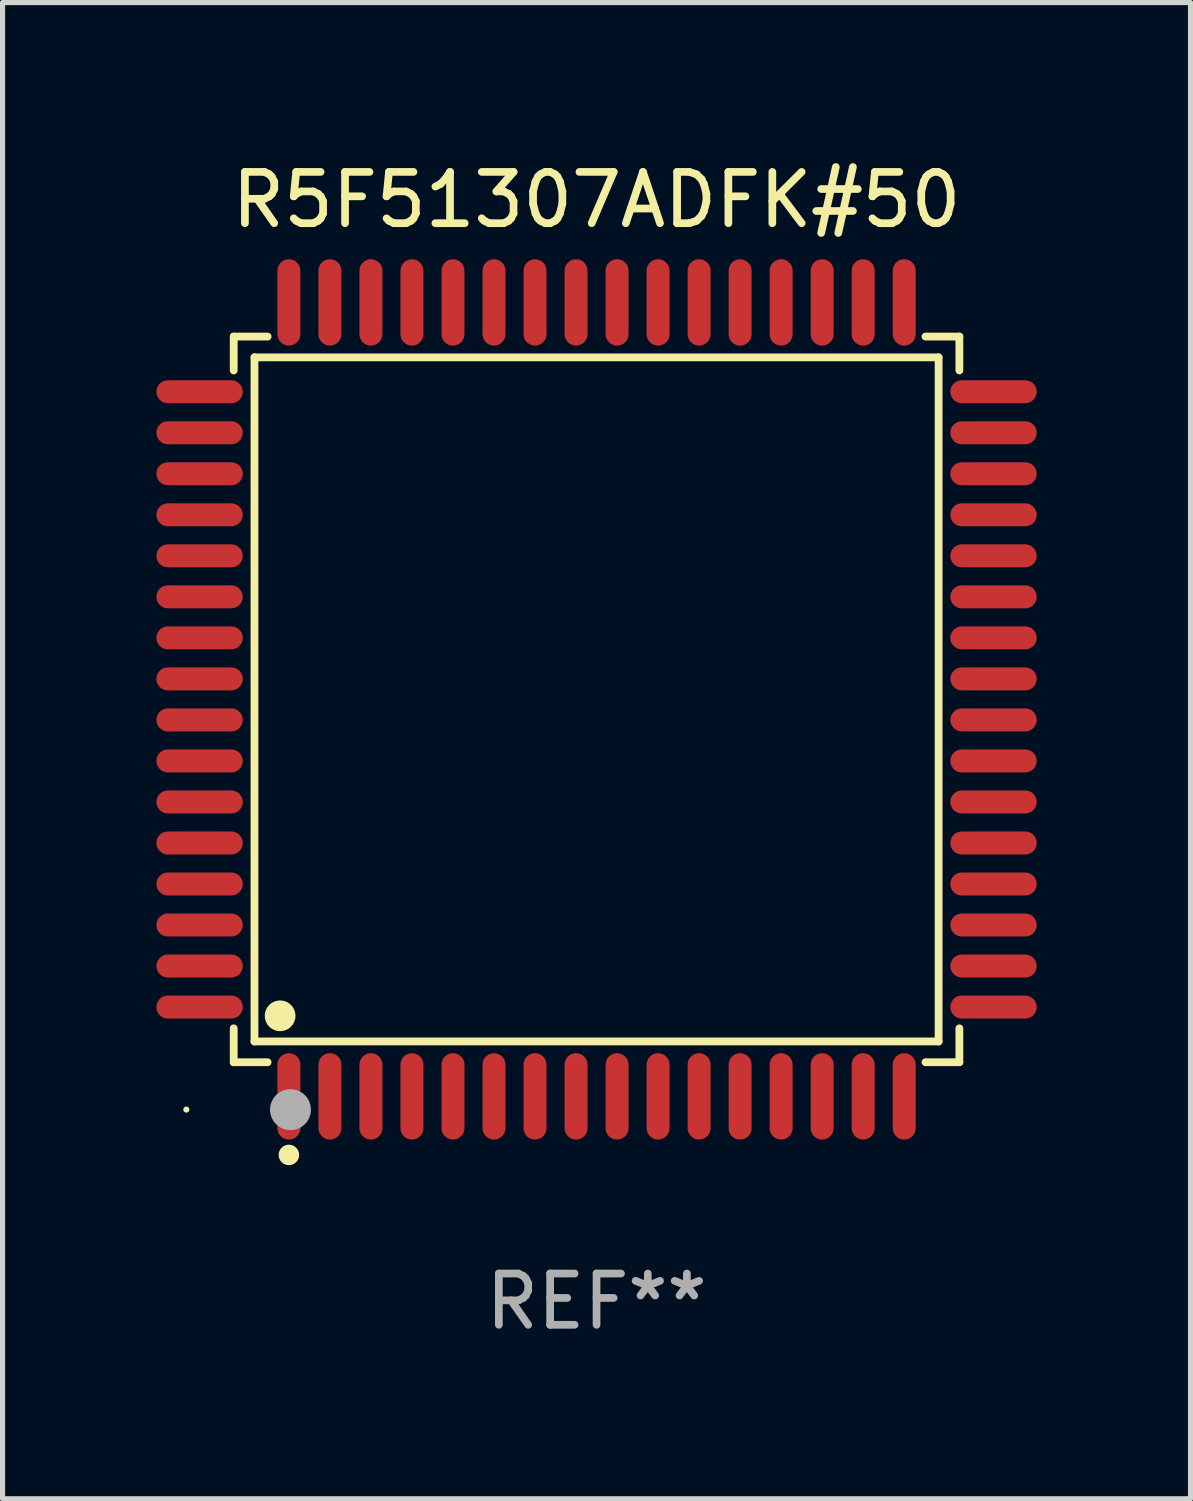
<source format=kicad_pcb>
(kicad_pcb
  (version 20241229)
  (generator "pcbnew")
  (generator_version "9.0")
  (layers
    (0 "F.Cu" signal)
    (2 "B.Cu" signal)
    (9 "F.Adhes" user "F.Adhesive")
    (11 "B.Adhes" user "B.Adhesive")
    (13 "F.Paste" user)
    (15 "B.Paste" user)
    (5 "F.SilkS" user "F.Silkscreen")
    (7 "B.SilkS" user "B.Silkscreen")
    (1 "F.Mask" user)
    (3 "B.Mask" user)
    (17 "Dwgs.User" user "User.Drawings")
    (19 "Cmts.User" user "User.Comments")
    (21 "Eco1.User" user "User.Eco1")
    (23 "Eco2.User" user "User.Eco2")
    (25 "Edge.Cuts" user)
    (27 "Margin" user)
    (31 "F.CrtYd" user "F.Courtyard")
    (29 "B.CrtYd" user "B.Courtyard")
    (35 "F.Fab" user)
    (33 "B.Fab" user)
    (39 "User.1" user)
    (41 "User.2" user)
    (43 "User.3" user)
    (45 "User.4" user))
  (footprint "R5F51307ADFK#50"
    (layer "F.Cu")
    (at 8.584 10.59)
    (property "Reference" "R5F51307ADFK#50" (at 0 -9.742 0) (layer "F.SilkS") (effects (font (size 1 1) (thickness 0.15))))
    (attr through_hole)
    (fp_line (start -7.076 -7.076) (end -6.415 -7.076) (stroke (width 0.152) (type solid)) (layer "F.SilkS"))
    (fp_line (start -7.076 -6.415) (end -7.076 -7.076) (stroke (width 0.152) (type solid)) (layer "F.SilkS"))
    (fp_line (start -7.076 6.415) (end -7.076 7.076) (stroke (width 0.152) (type solid)) (layer "F.SilkS"))
    (fp_line (start -7.076 7.076) (end -6.415 7.076) (stroke (width 0.152) (type solid)) (layer "F.SilkS"))
    (fp_line (start -6.671 -6.671) (end 6.671 -6.671) (stroke (width 0.152) (type solid)) (layer "F.SilkS"))
    (fp_line (start -6.671 6.671) (end -6.671 -6.671) (stroke (width 0.152) (type solid)) (layer "F.SilkS"))
    (fp_line (start 6.671 -6.671) (end 6.671 6.671) (stroke (width 0.152) (type solid)) (layer "F.SilkS"))
    (fp_line (start 6.671 6.671) (end -6.671 6.671) (stroke (width 0.152) (type solid)) (layer "F.SilkS"))
    (fp_line (start 7.076 -7.076) (end 6.415 -7.076) (stroke (width 0.152) (type solid)) (layer "F.SilkS"))
    (fp_line (start 7.076 -6.415) (end 7.076 -7.076) (stroke (width 0.152) (type solid)) (layer "F.SilkS"))
    (fp_line (start 7.076 6.415) (end 7.076 7.076) (stroke (width 0.152) (type solid)) (layer "F.SilkS"))
    (fp_line (start 7.076 7.076) (end 6.415 7.076) (stroke (width 0.152) (type solid)) (layer "F.SilkS"))
    (fp_circle (center -8 8) (end -7.97 8) (stroke (width 0.06) (type solid)) (fill no) (layer "F.SilkS"))
    (fp_circle (center -6.171 6.171) (end -6.021 6.171) (stroke (width 0.3) (type solid)) (fill no) (layer "F.SilkS"))
    (fp_circle (center -6 8.884) (end -5.9 8.884) (stroke (width 0.2) (type solid)) (fill no) (layer "F.SilkS"))
    (fp_circle (center -5.969 8.001) (end -5.769 8.001) (stroke (width 0.4) (type solid)) (fill no) (layer "F.Fab"))
    (fp_text user "REF**" (at 0 11.742 0) (layer "F.Fab") (effects (font (size 1 1) (thickness 0.15))))
    (pad "1" smd oval (at -6 7.742) (size 0.448 1.684) (layers "F.Cu" "F.Mask" "F.Paste"))
    (pad "2" smd oval (at -5.2 7.742) (size 0.448 1.684) (layers "F.Cu" "F.Mask" "F.Paste"))
    (pad "3" smd oval (at -4.4 7.742) (size 0.448 1.684) (layers "F.Cu" "F.Mask" "F.Paste"))
    (pad "4" smd oval (at -3.6 7.742) (size 0.448 1.684) (layers "F.Cu" "F.Mask" "F.Paste"))
    (pad "5" smd oval (at -2.8 7.742) (size 0.448 1.684) (layers "F.Cu" "F.Mask" "F.Paste"))
    (pad "6" smd oval (at -2 7.742) (size 0.448 1.684) (layers "F.Cu" "F.Mask" "F.Paste"))
    (pad "7" smd oval (at -1.2 7.742) (size 0.448 1.684) (layers "F.Cu" "F.Mask" "F.Paste"))
    (pad "8" smd oval (at -0.4 7.742) (size 0.448 1.684) (layers "F.Cu" "F.Mask" "F.Paste"))
    (pad "9" smd oval (at 0.4 7.742) (size 0.448 1.684) (layers "F.Cu" "F.Mask" "F.Paste"))
    (pad "10" smd oval (at 1.2 7.742) (size 0.448 1.684) (layers "F.Cu" "F.Mask" "F.Paste"))
    (pad "11" smd oval (at 2 7.742) (size 0.448 1.684) (layers "F.Cu" "F.Mask" "F.Paste"))
    (pad "12" smd oval (at 2.8 7.742) (size 0.448 1.684) (layers "F.Cu" "F.Mask" "F.Paste"))
    (pad "13" smd oval (at 3.6 7.742) (size 0.448 1.684) (layers "F.Cu" "F.Mask" "F.Paste"))
    (pad "14" smd oval (at 4.4 7.742) (size 0.448 1.684) (layers "F.Cu" "F.Mask" "F.Paste"))
    (pad "15" smd oval (at 5.2 7.742) (size 0.448 1.684) (layers "F.Cu" "F.Mask" "F.Paste"))
    (pad "16" smd oval (at 6 7.742) (size 0.448 1.684) (layers "F.Cu" "F.Mask" "F.Paste"))
    (pad "17" smd oval (at 7.742 6) (size 1.684 0.448) (layers "F.Cu" "F.Mask" "F.Paste"))
    (pad "18" smd oval (at 7.742 5.2) (size 1.684 0.448) (layers "F.Cu" "F.Mask" "F.Paste"))
    (pad "19" smd oval (at 7.742 4.4) (size 1.684 0.448) (layers "F.Cu" "F.Mask" "F.Paste"))
    (pad "20" smd oval (at 7.742 3.6) (size 1.684 0.448) (layers "F.Cu" "F.Mask" "F.Paste"))
    (pad "21" smd oval (at 7.742 2.8) (size 1.684 0.448) (layers "F.Cu" "F.Mask" "F.Paste"))
    (pad "22" smd oval (at 7.742 2) (size 1.684 0.448) (layers "F.Cu" "F.Mask" "F.Paste"))
    (pad "23" smd oval (at 7.742 1.2) (size 1.684 0.448) (layers "F.Cu" "F.Mask" "F.Paste"))
    (pad "24" smd oval (at 7.742 0.4) (size 1.684 0.448) (layers "F.Cu" "F.Mask" "F.Paste"))
    (pad "25" smd oval (at 7.742 -0.4) (size 1.684 0.448) (layers "F.Cu" "F.Mask" "F.Paste"))
    (pad "26" smd oval (at 7.742 -1.2) (size 1.684 0.448) (layers "F.Cu" "F.Mask" "F.Paste"))
    (pad "27" smd oval (at 7.742 -2) (size 1.684 0.448) (layers "F.Cu" "F.Mask" "F.Paste"))
    (pad "28" smd oval (at 7.742 -2.8) (size 1.684 0.448) (layers "F.Cu" "F.Mask" "F.Paste"))
    (pad "29" smd oval (at 7.742 -3.6) (size 1.684 0.448) (layers "F.Cu" "F.Mask" "F.Paste"))
    (pad "30" smd oval (at 7.742 -4.4) (size 1.684 0.448) (layers "F.Cu" "F.Mask" "F.Paste"))
    (pad "31" smd oval (at 7.742 -5.2) (size 1.684 0.448) (layers "F.Cu" "F.Mask" "F.Paste"))
    (pad "32" smd oval (at 7.742 -6) (size 1.684 0.448) (layers "F.Cu" "F.Mask" "F.Paste"))
    (pad "33" smd oval (at 6 -7.742) (size 0.448 1.684) (layers "F.Cu" "F.Mask" "F.Paste"))
    (pad "34" smd oval (at 5.2 -7.742) (size 0.448 1.684) (layers "F.Cu" "F.Mask" "F.Paste"))
    (pad "35" smd oval (at 4.4 -7.742) (size 0.448 1.684) (layers "F.Cu" "F.Mask" "F.Paste"))
    (pad "36" smd oval (at 3.6 -7.742) (size 0.448 1.684) (layers "F.Cu" "F.Mask" "F.Paste"))
    (pad "37" smd oval (at 2.8 -7.742) (size 0.448 1.684) (layers "F.Cu" "F.Mask" "F.Paste"))
    (pad "38" smd oval (at 2 -7.742) (size 0.448 1.684) (layers "F.Cu" "F.Mask" "F.Paste"))
    (pad "39" smd oval (at 1.2 -7.742) (size 0.448 1.684) (layers "F.Cu" "F.Mask" "F.Paste"))
    (pad "40" smd oval (at 0.4 -7.742) (size 0.448 1.684) (layers "F.Cu" "F.Mask" "F.Paste"))
    (pad "41" smd oval (at -0.4 -7.742) (size 0.448 1.684) (layers "F.Cu" "F.Mask" "F.Paste"))
    (pad "42" smd oval (at -1.2 -7.742) (size 0.448 1.684) (layers "F.Cu" "F.Mask" "F.Paste"))
    (pad "43" smd oval (at -2 -7.742) (size 0.448 1.684) (layers "F.Cu" "F.Mask" "F.Paste"))
    (pad "44" smd oval (at -2.8 -7.742) (size 0.448 1.684) (layers "F.Cu" "F.Mask" "F.Paste"))
    (pad "45" smd oval (at -3.6 -7.742) (size 0.448 1.684) (layers "F.Cu" "F.Mask" "F.Paste"))
    (pad "46" smd oval (at -4.4 -7.742) (size 0.448 1.684) (layers "F.Cu" "F.Mask" "F.Paste"))
    (pad "47" smd oval (at -5.2 -7.742) (size 0.448 1.684) (layers "F.Cu" "F.Mask" "F.Paste"))
    (pad "48" smd oval (at -6 -7.742) (size 0.448 1.684) (layers "F.Cu" "F.Mask" "F.Paste"))
    (pad "49" smd oval (at -7.742 -6) (size 1.684 0.448) (layers "F.Cu" "F.Mask" "F.Paste"))
    (pad "50" smd oval (at -7.742 -5.2) (size 1.684 0.448) (layers "F.Cu" "F.Mask" "F.Paste"))
    (pad "51" smd oval (at -7.742 -4.4) (size 1.684 0.448) (layers "F.Cu" "F.Mask" "F.Paste"))
    (pad "52" smd oval (at -7.742 -3.6) (size 1.684 0.448) (layers "F.Cu" "F.Mask" "F.Paste"))
    (pad "53" smd oval (at -7.742 -2.8) (size 1.684 0.448) (layers "F.Cu" "F.Mask" "F.Paste"))
    (pad "54" smd oval (at -7.742 -2) (size 1.684 0.448) (layers "F.Cu" "F.Mask" "F.Paste"))
    (pad "55" smd oval (at -7.742 -1.2) (size 1.684 0.448) (layers "F.Cu" "F.Mask" "F.Paste"))
    (pad "56" smd oval (at -7.742 -0.4) (size 1.684 0.448) (layers "F.Cu" "F.Mask" "F.Paste"))
    (pad "57" smd oval (at -7.742 0.4) (size 1.684 0.448) (layers "F.Cu" "F.Mask" "F.Paste"))
    (pad "58" smd oval (at -7.742 1.2) (size 1.684 0.448) (layers "F.Cu" "F.Mask" "F.Paste"))
    (pad "59" smd oval (at -7.742 2) (size 1.684 0.448) (layers "F.Cu" "F.Mask" "F.Paste"))
    (pad "60" smd oval (at -7.742 2.8) (size 1.684 0.448) (layers "F.Cu" "F.Mask" "F.Paste"))
    (pad "61" smd oval (at -7.742 3.6) (size 1.684 0.448) (layers "F.Cu" "F.Mask" "F.Paste"))
    (pad "62" smd oval (at -7.742 4.4) (size 1.684 0.448) (layers "F.Cu" "F.Mask" "F.Paste"))
    (pad "63" smd oval (at -7.742 5.2) (size 1.684 0.448) (layers "F.Cu" "F.Mask" "F.Paste"))
    (pad "64" smd oval (at -7.742 6) (size 1.684 0.448) (layers "F.Cu" "F.Mask" "F.Paste")))
  (gr_rect
    (start -3 -3)
    (end 20.168 26.18)
    (stroke (width 0.1) (type default))
    (fill no)
    (layer "Edge.Cuts")))
</source>
